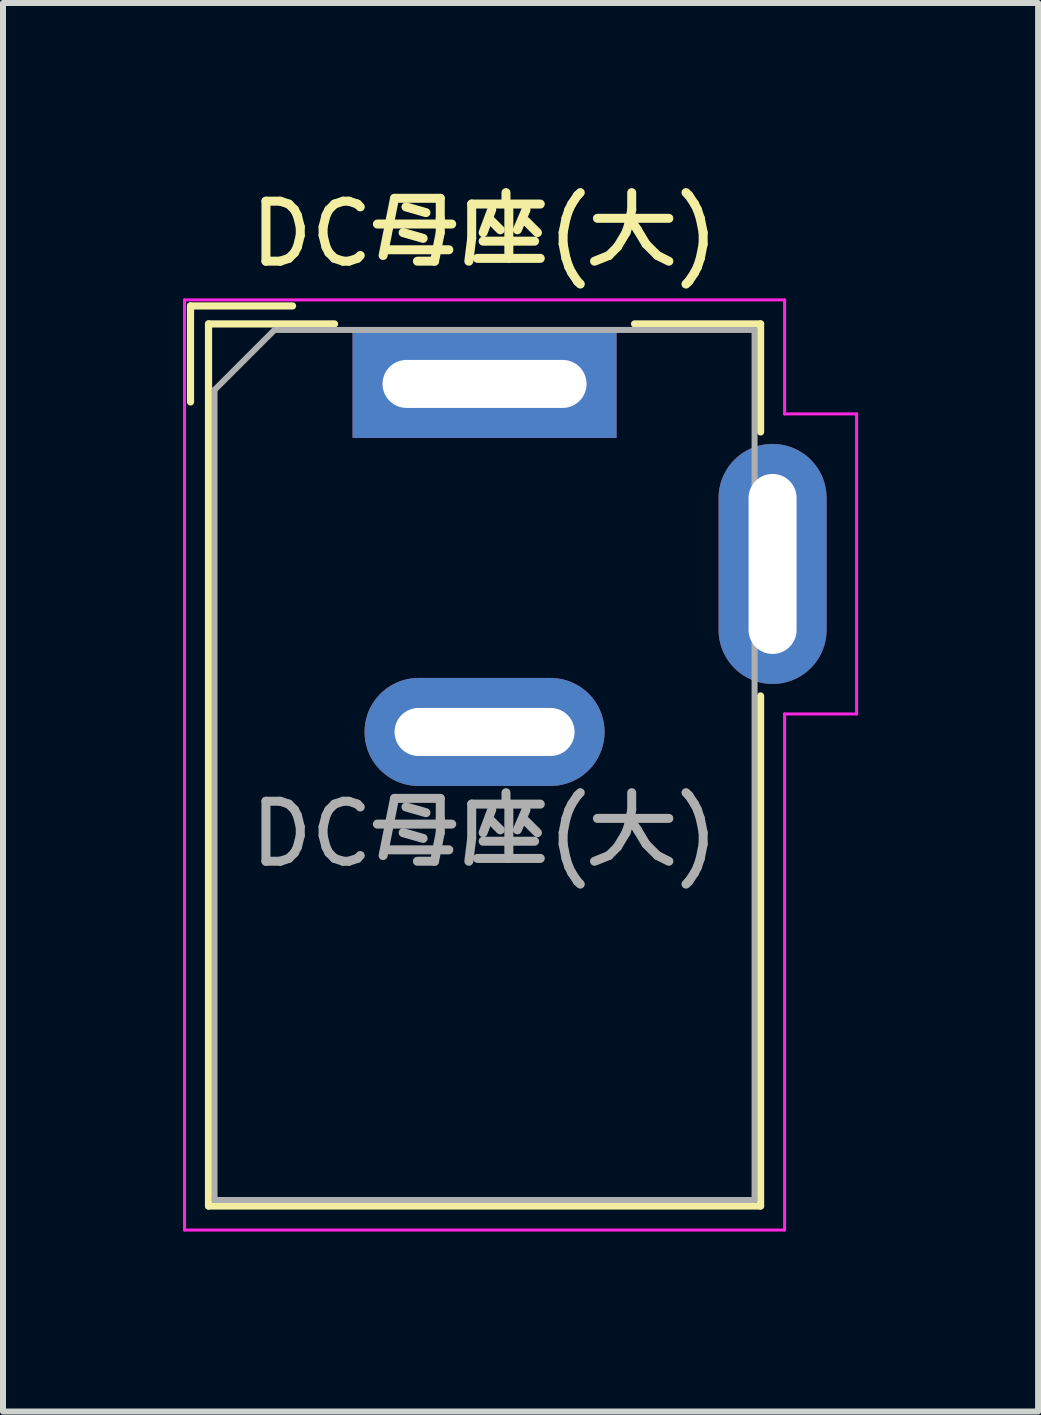
<source format=kicad_pcb>
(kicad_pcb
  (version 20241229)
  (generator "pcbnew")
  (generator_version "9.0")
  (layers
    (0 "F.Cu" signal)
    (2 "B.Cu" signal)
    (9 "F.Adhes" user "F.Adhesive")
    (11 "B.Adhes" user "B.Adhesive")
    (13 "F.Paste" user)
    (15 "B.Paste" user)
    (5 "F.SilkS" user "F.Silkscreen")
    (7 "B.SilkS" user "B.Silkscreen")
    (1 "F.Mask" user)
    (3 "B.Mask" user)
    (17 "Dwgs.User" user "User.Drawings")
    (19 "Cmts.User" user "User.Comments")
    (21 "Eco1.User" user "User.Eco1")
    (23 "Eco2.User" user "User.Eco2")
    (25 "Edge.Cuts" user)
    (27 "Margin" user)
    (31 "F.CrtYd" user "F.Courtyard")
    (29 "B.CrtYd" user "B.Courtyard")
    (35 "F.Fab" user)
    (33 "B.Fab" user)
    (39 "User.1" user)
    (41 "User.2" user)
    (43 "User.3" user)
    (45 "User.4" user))
  (footprint "DC母座(大)"
    (layer "F.Cu")
    (at 5.025 3.348)
    (property "Reference" "DC母座(大)" (at 0 -2.5 0) (layer "F.SilkS") (effects (font (size 1 1) (thickness 0.15))))
    (attr through_hole)
    (fp_line (start -4.9 -1.3) (end -4.9 0.3) (stroke (width 0.12) (type solid)) (layer "F.SilkS"))
    (fp_line (start -4.6 -1) (end -2.5 -1) (stroke (width 0.12) (type solid)) (layer "F.SilkS"))
    (fp_line (start -4.6 13.7) (end -4.6 -1) (stroke (width 0.12) (type solid)) (layer "F.SilkS"))
    (fp_line (start -3.2 -1.3) (end -4.9 -1.3) (stroke (width 0.12) (type solid)) (layer "F.SilkS"))
    (fp_line (start 2.5 -1) (end 4.6 -1) (stroke (width 0.12) (type solid)) (layer "F.SilkS"))
    (fp_line (start 4.6 -1) (end 4.6 0.8) (stroke (width 0.12) (type solid)) (layer "F.SilkS"))
    (fp_line (start 4.6 5.2) (end 4.6 13.7) (stroke (width 0.12) (type solid)) (layer "F.SilkS"))
    (fp_line (start 4.6 13.7) (end -4.6 13.7) (stroke (width 0.12) (type solid)) (layer "F.SilkS"))
    (fp_line (start -5 -1.4) (end -5 14.1) (stroke (width 0.05) (type solid)) (layer "F.CrtYd"))
    (fp_line (start -5 14.1) (end 5 14.1) (stroke (width 0.05) (type solid)) (layer "F.CrtYd"))
    (fp_line (start 5 -1.4) (end -5 -1.4) (stroke (width 0.05) (type solid)) (layer "F.CrtYd"))
    (fp_line (start 5 0.5) (end 5 -1.4) (stroke (width 0.05) (type solid)) (layer "F.CrtYd"))
    (fp_line (start 5 14.1) (end 5 5.5) (stroke (width 0.05) (type solid)) (layer "F.CrtYd"))
    (fp_line (start 6.2 0.5) (end 5 0.5) (stroke (width 0.05) (type solid)) (layer "F.CrtYd"))
    (fp_line (start 6.2 0.5) (end 6.2 5.5) (stroke (width 0.05) (type solid)) (layer "F.CrtYd"))
    (fp_line (start 6.2 5.5) (end 5 5.5) (stroke (width 0.05) (type solid)) (layer "F.CrtYd"))
    (fp_line (start -4.5 0.1) (end -3.5 -0.9) (stroke (width 0.1) (type solid)) (layer "F.Fab"))
    (fp_line (start -4.5 13.6) (end -4.5 0.1) (stroke (width 0.1) (type solid)) (layer "F.Fab"))
    (fp_line (start 4.5 -0.9) (end -3.5 -0.9) (stroke (width 0.1) (type solid)) (layer "F.Fab"))
    (fp_line (start 4.5 -0.9) (end 4.5 13.6) (stroke (width 0.1) (type solid)) (layer "F.Fab"))
    (fp_line (start 4.5 13.6) (end -4.5 13.6) (stroke (width 0.1) (type solid)) (layer "F.Fab"))
    (fp_text user "${REFERENCE}" (at 0 7.5 0) (layer "F.Fab") (effects (font (size 1 1) (thickness 0.15))))
    (pad "1" thru_hole rect (at 0 0) (size 4.4 1.8) (drill oval 3.4 0.8) (layers "*.Cu" "*.Mask"))
    (pad "2" thru_hole oval (at 0 5.8) (size 4 1.8) (drill oval 3 0.8) (layers "*.Cu" "*.Mask"))
    (pad "3" thru_hole oval (at 4.8 3 90) (size 4 1.8) (drill oval 3 0.8) (layers "*.Cu" "*.Mask")))
  (gr_rect
    (start -3 -3)
    (end 14.25 20.473)
    (stroke (width 0.1) (type default))
    (fill no)
    (layer "Edge.Cuts")))
</source>
